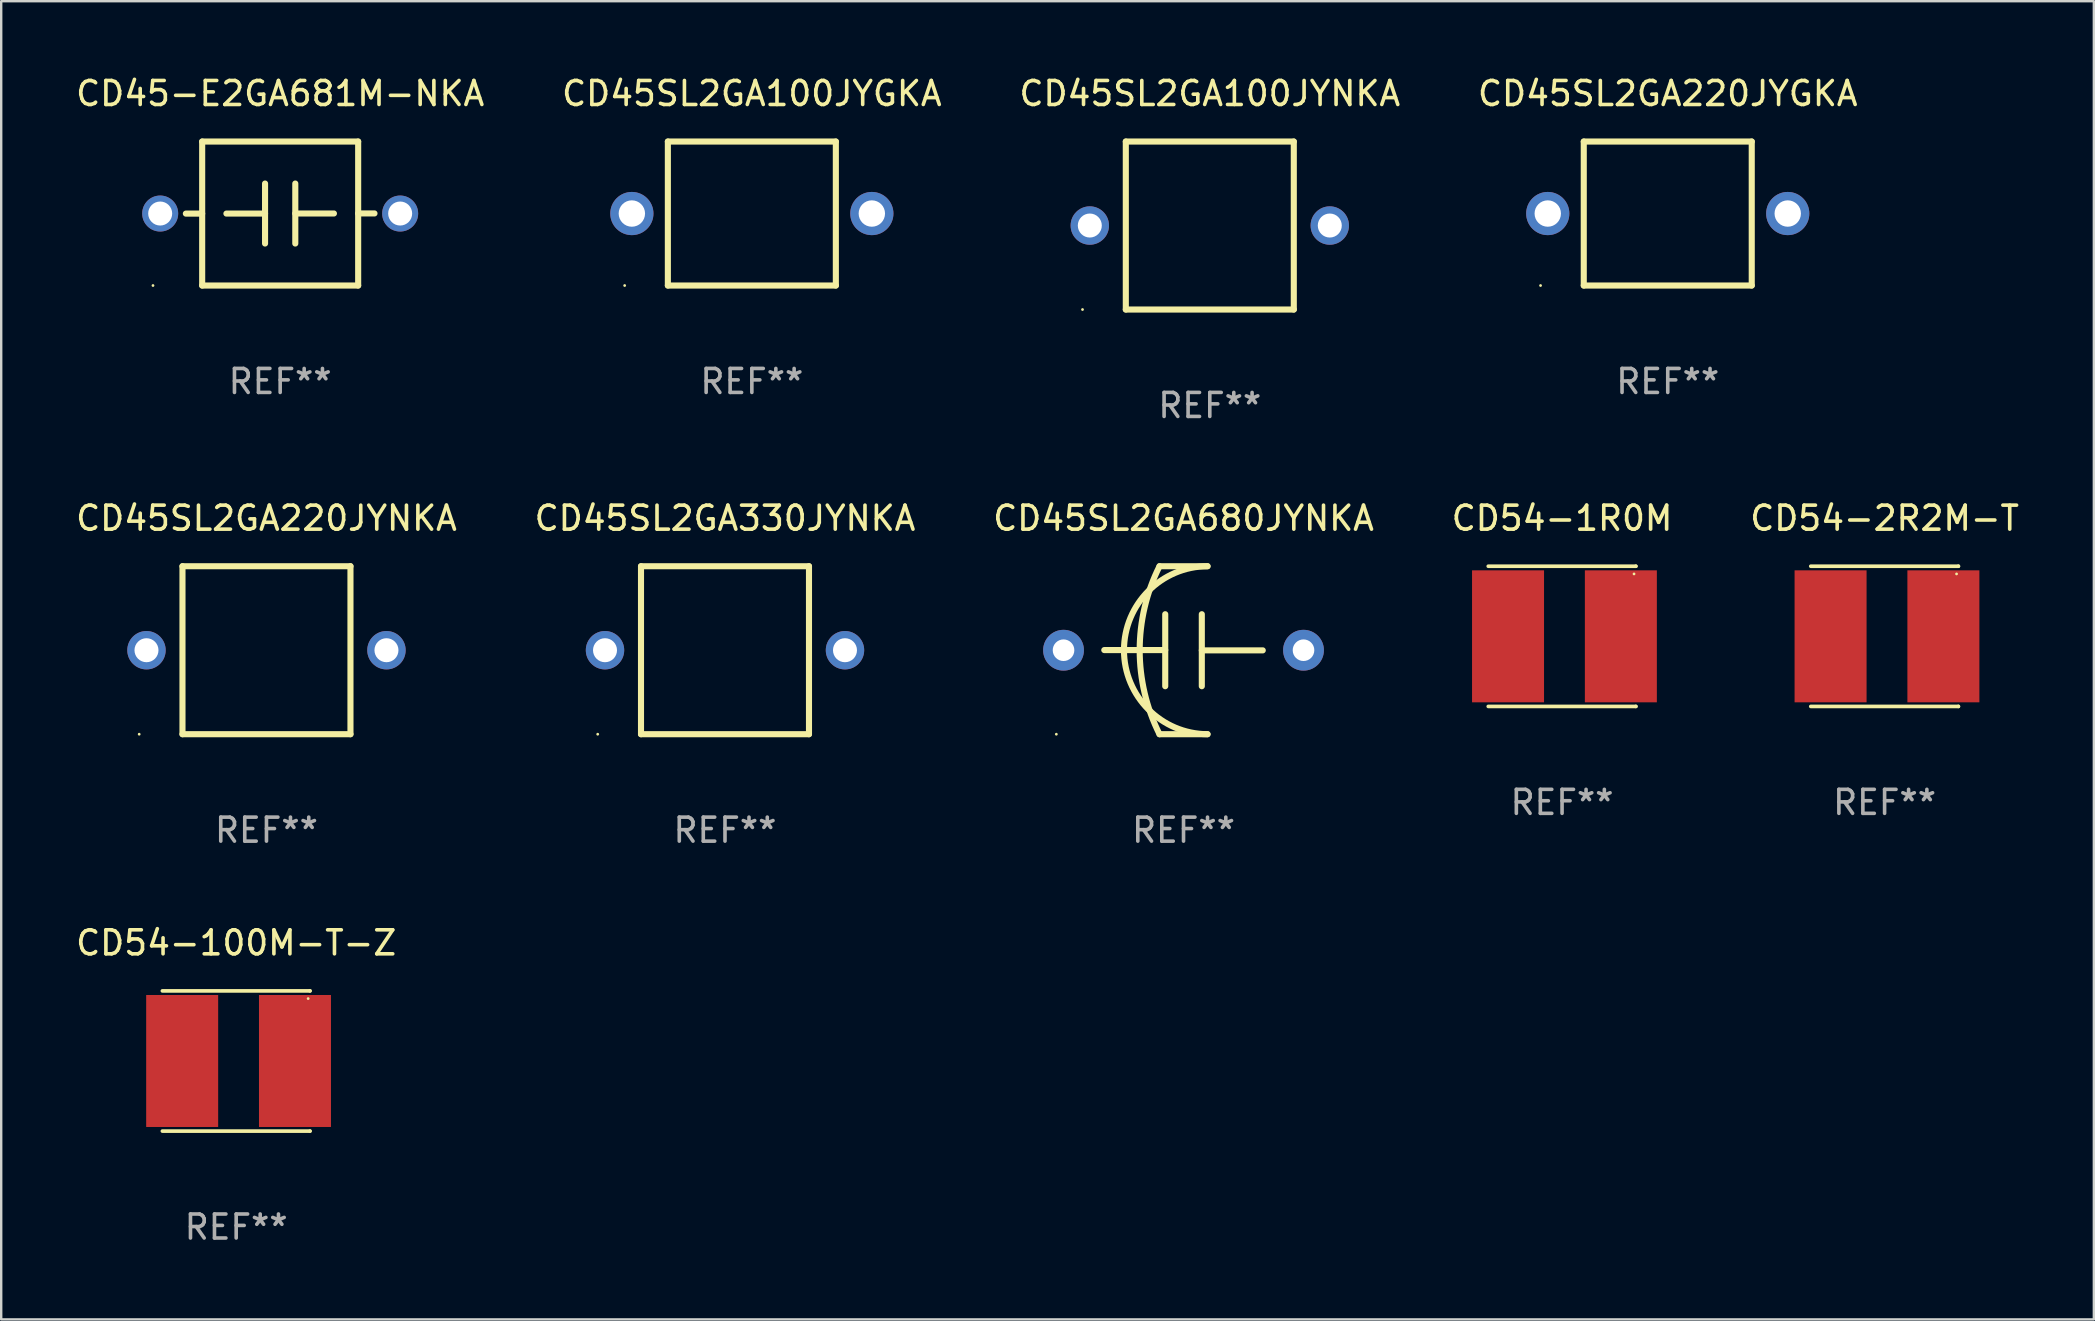
<source format=kicad_pcb>
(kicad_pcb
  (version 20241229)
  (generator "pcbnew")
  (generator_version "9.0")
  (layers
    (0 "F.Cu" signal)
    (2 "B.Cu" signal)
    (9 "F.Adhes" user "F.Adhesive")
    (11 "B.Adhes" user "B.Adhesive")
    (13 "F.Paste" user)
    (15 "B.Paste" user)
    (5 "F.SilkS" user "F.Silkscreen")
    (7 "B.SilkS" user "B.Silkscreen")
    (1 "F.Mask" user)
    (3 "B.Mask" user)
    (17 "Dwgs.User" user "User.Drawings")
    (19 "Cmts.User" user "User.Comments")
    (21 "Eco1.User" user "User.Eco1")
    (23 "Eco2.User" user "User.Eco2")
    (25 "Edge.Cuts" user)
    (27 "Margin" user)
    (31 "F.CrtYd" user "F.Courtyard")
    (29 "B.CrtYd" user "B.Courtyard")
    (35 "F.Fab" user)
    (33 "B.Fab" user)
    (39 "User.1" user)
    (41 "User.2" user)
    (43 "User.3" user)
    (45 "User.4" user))
  (footprint "CD54-1R0M"
    (layer "F.Cu")
    (at 62.042 23.466)
    (property "Reference" "CD54-1R0M" (at 0 -4.921 0) (layer "F.SilkS") (effects (font (size 1 1) (thickness 0.15))))
    (attr through_hole)
    (fp_line (start -3.076 2.921) (end 3.076 2.921) (stroke (width 0.152) (type solid)) (layer "F.SilkS"))
    (fp_line (start -3.076 -2.921) (end 3.076 -2.921) (stroke (width 0.152) (type solid)) (layer "F.SilkS"))
    (fp_line (start 3.076 2.921) (end 3.076 2.921) (stroke (width 0.152) (type solid)) (layer "F.SilkS"))
    (fp_line (start 3.076 -2.921) (end 3.076 -2.921) (stroke (width 0.152) (type solid)) (layer "F.SilkS"))
    (fp_circle (center 2.999 -2.6) (end 3.029 -2.6) (stroke (width 0.06) (type solid)) (fill no) (layer "F.SilkS"))
    (fp_text user "REF**" (at 0 6.921 0) (layer "F.Fab") (effects (font (size 1 1) (thickness 0.15))))
    (pad "1" smd rect (at 2.45 -0.000013) (size 3 5.5) (layers "F.Cu" "F.Mask" "F.Paste"))
    (pad "2" smd rect (at -2.251 -0.000013) (size 3 5.5) (layers "F.Cu" "F.Mask" "F.Paste")))
  (footprint "CD45-E2GA681M-NKA"
    (layer "F.Cu")
    (at 8.625 5.848)
    (property "Reference" "CD45-E2GA681M-NKA" (at 0 -5 0) (layer "F.SilkS") (effects (font (size 1 1) (thickness 0.15))))
    (attr through_hole)
    (fp_line (start -3.25 0.003) (end -3.93 0.003) (stroke (width 0.254) (type solid)) (layer "F.SilkS"))
    (fp_line (start -3.25 -3) (end -3.25 3) (stroke (width 0.254) (type solid)) (layer "F.SilkS"))
    (fp_line (start -3.25 -3) (end 3.25 -3) (stroke (width 0.254) (type solid)) (layer "F.SilkS"))
    (fp_line (start -0.63 -1.25) (end -0.63 1.25) (stroke (width 0.254) (type solid)) (layer "F.SilkS"))
    (fp_line (start -0.63 0.002) (end -2.24 0.002) (stroke (width 0.254) (type solid)) (layer "F.SilkS"))
    (fp_line (start 0.63 -0.002) (end 2.24 -0.002) (stroke (width 0.254) (type solid)) (layer "F.SilkS"))
    (fp_line (start 0.63 1.25) (end 0.63 -1.25) (stroke (width 0.254) (type solid)) (layer "F.SilkS"))
    (fp_line (start 3.25 -3) (end 3.25 3) (stroke (width 0.254) (type solid)) (layer "F.SilkS"))
    (fp_line (start 3.25 -0.004) (end 3.93 -0.004) (stroke (width 0.254) (type solid)) (layer "F.SilkS"))
    (fp_line (start 3.25 3) (end -3.25 3) (stroke (width 0.254) (type solid)) (layer "F.SilkS"))
    (fp_circle (center -5.3 3) (end -5.27 3) (stroke (width 0.06) (type solid)) (fill no) (layer "F.SilkS"))
    (fp_text user "REF**" (at 0 7 0) (layer "F.Fab") (effects (font (size 1 1) (thickness 0.15))))
    (pad "1" thru_hole circle (at -5 0) (size 1.5 1.5) (drill 1) (layers "*.Cu" "*.Mask"))
    (pad "2" thru_hole circle (at 5 0) (size 1.5 1.5) (drill 1) (layers "*.Cu" "*.Mask")))
  (footprint "CD54-100M-T-Z"
    (layer "F.Cu")
    (at 6.792 41.162)
    (property "Reference" "CD54-100M-T-Z" (at 0 -4.921 0) (layer "F.SilkS") (effects (font (size 1 1) (thickness 0.15))))
    (attr through_hole)
    (fp_line (start -3.076 2.921) (end 3.076 2.921) (stroke (width 0.152) (type solid)) (layer "F.SilkS"))
    (fp_line (start -3.076 -2.921) (end 3.076 -2.921) (stroke (width 0.152) (type solid)) (layer "F.SilkS"))
    (fp_line (start 3.076 2.921) (end 3.076 2.921) (stroke (width 0.152) (type solid)) (layer "F.SilkS"))
    (fp_line (start 3.076 -2.921) (end 3.076 -2.921) (stroke (width 0.152) (type solid)) (layer "F.SilkS"))
    (fp_circle (center 2.999 -2.6) (end 3.029 -2.6) (stroke (width 0.06) (type solid)) (fill no) (layer "F.SilkS"))
    (fp_text user "REF**" (at 0 6.921 0) (layer "F.Fab") (effects (font (size 1 1) (thickness 0.15))))
    (pad "1" smd rect (at 2.45 -0.000013) (size 3 5.5) (layers "F.Cu" "F.Mask" "F.Paste"))
    (pad "2" smd rect (at -2.251 -0.000013) (size 3 5.5) (layers "F.Cu" "F.Mask" "F.Paste")))
  (footprint "CD54-2R2M-T"
    (layer "F.Cu")
    (at 75.482 23.466)
    (property "Reference" "CD54-2R2M-T" (at 0 -4.921 0) (layer "F.SilkS") (effects (font (size 1 1) (thickness 0.15))))
    (attr through_hole)
    (fp_line (start -3.076 2.921) (end 3.076 2.921) (stroke (width 0.152) (type solid)) (layer "F.SilkS"))
    (fp_line (start -3.076 -2.921) (end 3.076 -2.921) (stroke (width 0.152) (type solid)) (layer "F.SilkS"))
    (fp_line (start 3.076 2.921) (end 3.076 2.921) (stroke (width 0.152) (type solid)) (layer "F.SilkS"))
    (fp_line (start 3.076 -2.921) (end 3.076 -2.921) (stroke (width 0.152) (type solid)) (layer "F.SilkS"))
    (fp_circle (center 2.999 -2.6) (end 3.029 -2.6) (stroke (width 0.06) (type solid)) (fill no) (layer "F.SilkS"))
    (fp_text user "REF**" (at 0 6.921 0) (layer "F.Fab") (effects (font (size 1 1) (thickness 0.15))))
    (pad "1" smd rect (at 2.45 -0.000013) (size 3 5.5) (layers "F.Cu" "F.Mask" "F.Paste"))
    (pad "2" smd rect (at -2.251 -0.000013) (size 3 5.5) (layers "F.Cu" "F.Mask" "F.Paste")))
  (footprint "CD45SL2GA220JYGKA"
    (layer "F.Cu")
    (at 66.446 5.848)
    (property "Reference" "CD45SL2GA220JYGKA" (at 0 -5 0) (layer "F.SilkS") (effects (font (size 1 1) (thickness 0.15))))
    (attr through_hole)
    (fp_line (start -3.5 -3) (end 3.5 -3) (stroke (width 0.254) (type solid)) (layer "F.SilkS"))
    (fp_line (start -3.5 3) (end -3.5 -3) (stroke (width 0.254) (type solid)) (layer "F.SilkS"))
    (fp_line (start 3.5 -3) (end 3.5 3) (stroke (width 0.254) (type solid)) (layer "F.SilkS"))
    (fp_line (start 3.5 3) (end -3.5 3) (stroke (width 0.254) (type solid)) (layer "F.SilkS"))
    (fp_circle (center -5.3 3) (end -5.27 3) (stroke (width 0.06) (type solid)) (fill no) (layer "F.SilkS"))
    (fp_text user "REF**" (at 0 7 0) (layer "F.Fab") (effects (font (size 1 1) (thickness 0.15))))
    (pad "1" thru_hole circle (at -5 0) (size 1.8 1.8) (drill 1.1) (layers "*.Cu" "*.Mask"))
    (pad "2" thru_hole circle (at 5 0) (size 1.8 1.8) (drill 1.1) (layers "*.Cu" "*.Mask")))
  (footprint "CD45SL2GA680JYNKA"
    (layer "F.Cu")
    (at 46.268 24.045)
    (property "Reference" "CD45SL2GA680JYNKA" (at 0 -5.5 0) (layer "F.SilkS") (effects (font (size 1 1) (thickness 0.15))))
    (attr through_hole)
    (fp_line (start -1 -3.5) (end 1 -3.5) (stroke (width 0.254) (type solid)) (layer "F.SilkS"))
    (fp_line (start -0.762 -1.5) (end -0.762 1.5) (stroke (width 0.254) (type solid)) (layer "F.SilkS"))
    (fp_line (start -0.762 -0.006) (end -3.302 -0.006) (stroke (width 0.254) (type solid)) (layer "F.SilkS"))
    (fp_line (start 0.762 0.006) (end 3.302 0.006) (stroke (width 0.254) (type solid)) (layer "F.SilkS"))
    (fp_line (start 0.762 1.5) (end 0.762 -1.5) (stroke (width 0.254) (type solid)) (layer "F.SilkS"))
    (fp_line (start 1 3.5) (end -1 3.5) (stroke (width 0.254) (type solid)) (layer "F.SilkS"))
    (fp_arc (start -1.000762 3.500127) (mid -1.826753 -0.000026) (end -1 -3.5) (stroke (width 0.254001) (type solid)) (layer "F.SilkS"))
    (fp_arc (start 1 3.5) (mid -2.499288 -0.000445) (end 1.000763 -3.500126) (stroke (width 0.254001) (type solid)) (layer "F.SilkS"))
    (fp_circle (center -5.3 3.5) (end -5.27 3.5) (stroke (width 0.06) (type solid)) (fill no) (layer "F.SilkS"))
    (fp_text user "REF**" (at 0 7.5 0) (layer "F.Fab") (effects (font (size 1 1) (thickness 0.15))))
    (pad "1" thru_hole circle (at -5 0) (size 1.7 1.7) (drill 0.9) (layers "*.Cu" "*.Mask"))
    (pad "2" thru_hole circle (at 5 0) (size 1.7 1.7) (drill 0.9) (layers "*.Cu" "*.Mask")))
  (footprint "CD45SL2GA330JYNKA"
    (layer "F.Cu")
    (at 27.161 24.045)
    (property "Reference" "CD45SL2GA330JYNKA" (at 0 -5.5 0) (layer "F.SilkS") (effects (font (size 1 1) (thickness 0.15))))
    (attr through_hole)
    (fp_line (start -3.5 -3.5) (end 3.5 -3.5) (stroke (width 0.254) (type solid)) (layer "F.SilkS"))
    (fp_line (start -3.5 3.5) (end -3.5 -3.5) (stroke (width 0.254) (type solid)) (layer "F.SilkS"))
    (fp_line (start 3.5 -3.5) (end 3.5 3.5) (stroke (width 0.254) (type solid)) (layer "F.SilkS"))
    (fp_line (start 3.5 3.5) (end -3.5 3.5) (stroke (width 0.254) (type solid)) (layer "F.SilkS"))
    (fp_circle (center -5.304 3.5) (end -5.274 3.5) (stroke (width 0.06) (type solid)) (fill no) (layer "F.SilkS"))
    (fp_text user "REF**" (at 0 7.5 0) (layer "F.Fab") (effects (font (size 1 1) (thickness 0.15))))
    (pad "1" thru_hole circle (at -5 0) (size 1.6 1.6) (drill 1) (layers "*.Cu" "*.Mask"))
    (pad "2" thru_hole circle (at 5 0) (size 1.6 1.6) (drill 1) (layers "*.Cu" "*.Mask")))
  (footprint "CD45SL2GA220JYNKA"
    (layer "F.Cu")
    (at 8.054 24.045)
    (property "Reference" "CD45SL2GA220JYNKA" (at 0 -5.5 0) (layer "F.SilkS") (effects (font (size 1 1) (thickness 0.15))))
    (attr through_hole)
    (fp_line (start -3.5 -3.5) (end 3.5 -3.5) (stroke (width 0.254) (type solid)) (layer "F.SilkS"))
    (fp_line (start -3.5 3.5) (end -3.5 -3.5) (stroke (width 0.254) (type solid)) (layer "F.SilkS"))
    (fp_line (start 3.5 -3.5) (end 3.5 3.5) (stroke (width 0.254) (type solid)) (layer "F.SilkS"))
    (fp_line (start 3.5 3.5) (end -3.5 3.5) (stroke (width 0.254) (type solid)) (layer "F.SilkS"))
    (fp_circle (center -5.304 3.5) (end -5.274 3.5) (stroke (width 0.06) (type solid)) (fill no) (layer "F.SilkS"))
    (fp_text user "REF**" (at 0 7.5 0) (layer "F.Fab") (effects (font (size 1 1) (thickness 0.15))))
    (pad "1" thru_hole circle (at -5 0) (size 1.6 1.6) (drill 1) (layers "*.Cu" "*.Mask"))
    (pad "2" thru_hole circle (at 5 0) (size 1.6 1.6) (drill 1) (layers "*.Cu" "*.Mask")))
  (footprint "CD45SL2GA100JYGKA"
    (layer "F.Cu")
    (at 28.28 5.848)
    (property "Reference" "CD45SL2GA100JYGKA" (at 0 -5 0) (layer "F.SilkS") (effects (font (size 1 1) (thickness 0.15))))
    (attr through_hole)
    (fp_line (start -3.5 -3) (end 3.5 -3) (stroke (width 0.254) (type solid)) (layer "F.SilkS"))
    (fp_line (start -3.5 3) (end -3.5 -3) (stroke (width 0.254) (type solid)) (layer "F.SilkS"))
    (fp_line (start 3.5 -3) (end 3.5 3) (stroke (width 0.254) (type solid)) (layer "F.SilkS"))
    (fp_line (start 3.5 3) (end -3.5 3) (stroke (width 0.254) (type solid)) (layer "F.SilkS"))
    (fp_circle (center -5.3 3) (end -5.27 3) (stroke (width 0.06) (type solid)) (fill no) (layer "F.SilkS"))
    (fp_text user "REF**" (at 0 7 0) (layer "F.Fab") (effects (font (size 1 1) (thickness 0.15))))
    (pad "1" thru_hole circle (at -5 0) (size 1.8 1.8) (drill 1.1) (layers "*.Cu" "*.Mask"))
    (pad "2" thru_hole circle (at 5 0) (size 1.8 1.8) (drill 1.1) (layers "*.Cu" "*.Mask")))
  (footprint "CD45SL2GA100JYNKA"
    (layer "F.Cu")
    (at 47.363 6.348)
    (property "Reference" "CD45SL2GA100JYNKA" (at 0 -5.5 0) (layer "F.SilkS") (effects (font (size 1 1) (thickness 0.15))))
    (attr through_hole)
    (fp_line (start -3.5 -3.5) (end 3.5 -3.5) (stroke (width 0.254) (type solid)) (layer "F.SilkS"))
    (fp_line (start -3.5 3.5) (end -3.5 -3.5) (stroke (width 0.254) (type solid)) (layer "F.SilkS"))
    (fp_line (start 3.5 -3.5) (end 3.5 3.5) (stroke (width 0.254) (type solid)) (layer "F.SilkS"))
    (fp_line (start 3.5 3.5) (end -3.5 3.5) (stroke (width 0.254) (type solid)) (layer "F.SilkS"))
    (fp_circle (center -5.304 3.5) (end -5.274 3.5) (stroke (width 0.06) (type solid)) (fill no) (layer "F.SilkS"))
    (fp_text user "REF**" (at 0 7.5 0) (layer "F.Fab") (effects (font (size 1 1) (thickness 0.15))))
    (pad "1" thru_hole circle (at -5 0) (size 1.6 1.6) (drill 1) (layers "*.Cu" "*.Mask"))
    (pad "2" thru_hole circle (at 5 0) (size 1.6 1.6) (drill 1) (layers "*.Cu" "*.Mask")))
  (gr_rect
    (start -3 -3)
    (end 84.202 51.931)
    (stroke (width 0.1) (type default))
    (fill no)
    (layer "Edge.Cuts")))
</source>
